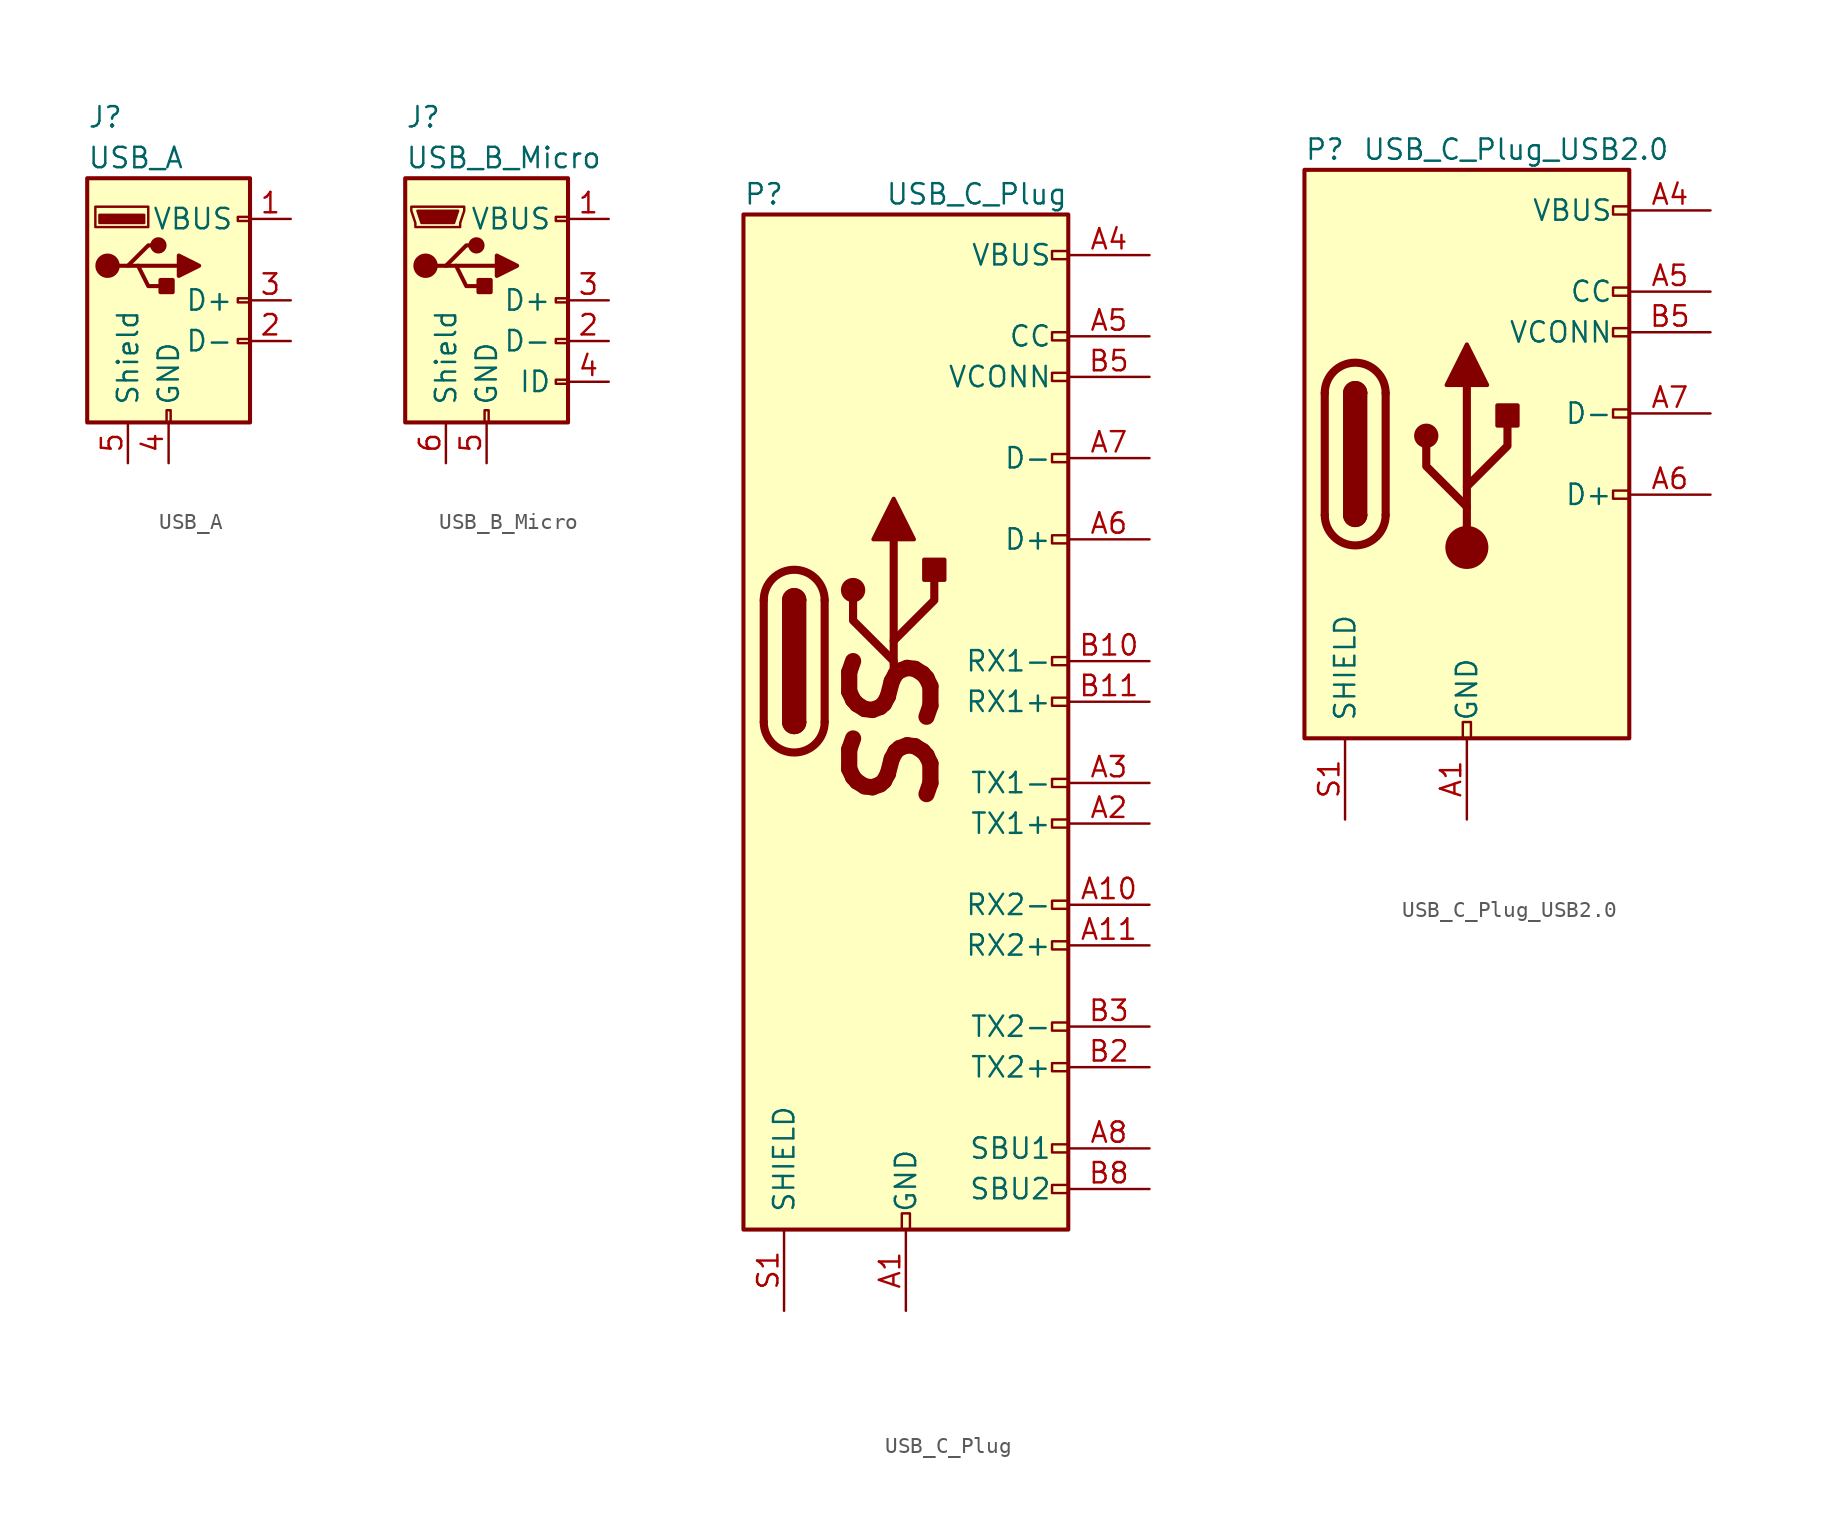
<source format=kicad_sym>
(kicad_symbol_lib
  (version 20201005)
  (generator kicad_symbol_editor)
  (symbol "USB_A"
    (pin_names
      (offset 1.016))
    (property "Reference" "J"
      (at -5.08 11.43 0)
      (effects (font (size 1.27 1.27)) (justify left)))
    (property "Value" "USB_A"
      (at -5.08 8.89 0)
      (effects (font (size 1.27 1.27)) (justify left)))
    (symbol "USB_A_0_1"
      (circle (center -3.81 2.159) (radius 0.635) (stroke (width 0.254)) (fill (type outline)))
      (circle (center -0.635 3.429) (radius 0.381) (stroke (width 0.254)) (fill (type outline)))
      (rectangle (start -5.08 -7.62) (end 5.08 7.62) (stroke (width 0.254)) (fill (type background)))
      (rectangle (start -1.524 4.826) (end -4.318 5.334) (stroke (width 0)) (fill (type outline)))
      (rectangle (start -1.27 4.572) (end -4.572 5.842) (stroke (width 0)) (fill (type none)))
      (rectangle (start -0.127 -7.62) (end 0.127 -6.858) (stroke (width 0)) (fill (type none)))
      (rectangle (start 0.254 1.27) (end -0.508 0.508) (stroke (width 0.254)) (fill (type outline)))
      (rectangle (start 5.08 -2.667) (end 4.318 -2.413) (stroke (width 0)) (fill (type none)))
      (rectangle (start 5.08 -0.127) (end 4.318 0.127) (stroke (width 0)) (fill (type none)))
      (rectangle (start 5.08 4.953) (end 4.318 5.207) (stroke (width 0)) (fill (type none)))
      (polyline (pts (xy -3.175 2.159) (xy -2.54 2.159) (xy -1.27 3.429) (xy -0.635 3.429)) (stroke (width 0.254)) (fill (type none)))
      (polyline (pts (xy -2.54 2.159) (xy -1.905 2.159) (xy -1.27 0.889) (xy 0 0.889)) (stroke (width 0.254)) (fill (type none)))
      (polyline (pts (xy 0.635 2.794) (xy 0.635 1.524) (xy 1.905 2.159) (xy 0.635 2.794)) (stroke (width 0.254)) (fill (type outline))))
    (symbol "USB_A_1_1"
      (polyline (pts (xy -1.905 2.159) (xy 0.635 2.159)) (stroke (width 0.254)) (fill (type none)))
      (pin power_in line (at 7.62 5.08 180) (length 2.54) (name "VBUS" (effects (font (size 1.27 1.27)))) (number "1" (effects (font (size 1.27 1.27)))))
      (pin passive line (at 7.62 -2.54 180) (length 2.54) (name "D-" (effects (font (size 1.27 1.27)))) (number "2" (effects (font (size 1.27 1.27)))))
      (pin passive line (at 7.62 0 180) (length 2.54) (name "D+" (effects (font (size 1.27 1.27)))) (number "3" (effects (font (size 1.27 1.27)))))
      (pin power_in line (at 0 -10.16 90) (length 2.54) (name "GND" (effects (font (size 1.27 1.27)))) (number "4" (effects (font (size 1.27 1.27)))))
      (pin passive line (at -2.54 -10.16 90) (length 2.54) (name "Shield" (effects (font (size 1.27 1.27)))) (number "5" (effects (font (size 1.27 1.27)))))))
  (symbol "USB_B_Micro"
    (pin_names
      (offset 1.016))
    (property "Reference" "J"
      (at -5.08 11.43 0)
      (effects (font (size 1.27 1.27)) (justify left)))
    (property "Value" "USB_B_Micro"
      (at -5.08 8.89 0)
      (effects (font (size 1.27 1.27)) (justify left)))
    (symbol "USB_B_Micro_0_1"
      (circle (center -3.81 2.159) (radius 0.635) (stroke (width 0.254)) (fill (type outline)))
      (circle (center -0.635 3.429) (radius 0.381) (stroke (width 0.254)) (fill (type outline)))
      (rectangle (start -5.08 -7.62) (end 5.08 7.62) (stroke (width 0.254)) (fill (type background)))
      (rectangle (start -0.127 -7.62) (end 0.127 -6.858) (stroke (width 0)) (fill (type none)))
      (rectangle (start 0.254 1.27) (end -0.508 0.508) (stroke (width 0.254)) (fill (type outline)))
      (rectangle (start 5.08 -5.207) (end 4.318 -4.953) (stroke (width 0)) (fill (type none)))
      (rectangle (start 5.08 -2.667) (end 4.318 -2.413) (stroke (width 0)) (fill (type none)))
      (rectangle (start 5.08 -0.127) (end 4.318 0.127) (stroke (width 0)) (fill (type none)))
      (rectangle (start 5.08 4.953) (end 4.318 5.207) (stroke (width 0)) (fill (type none)))
      (polyline (pts (xy -1.905 2.159) (xy 0.635 2.159)) (stroke (width 0.254)) (fill (type none)))
      (polyline (pts (xy -3.175 2.159) (xy -2.54 2.159) (xy -1.27 3.429) (xy -0.635 3.429)) (stroke (width 0.254)) (fill (type none)))
      (polyline (pts (xy -2.54 2.159) (xy -1.905 2.159) (xy -1.27 0.889) (xy 0 0.889)) (stroke (width 0.254)) (fill (type none)))
      (polyline (pts (xy 0.635 2.794) (xy 0.635 1.524) (xy 1.905 2.159) (xy 0.635 2.794)) (stroke (width 0.254)) (fill (type outline)))
      (polyline (pts (xy -4.318 5.588) (xy -1.778 5.588) (xy -2.032 4.826) (xy -4.064 4.826) (xy -4.318 5.588)) (stroke (width 0)) (fill (type outline)))
      (polyline (pts (xy -4.699 5.842) (xy -4.699 5.588) (xy -4.445 4.826) (xy -4.445 4.572) (xy -1.651 4.572) (xy -1.651 4.826) (xy -1.397 5.588) (xy -1.397 5.842) (xy -4.699 5.842)) (stroke (width 0)) (fill (type none))))
    (symbol "USB_B_Micro_1_1"
      (pin power_out line (at 7.62 5.08 180) (length 2.54) (name "VBUS" (effects (font (size 1.27 1.27)))) (number "1" (effects (font (size 1.27 1.27)))))
      (pin passive line (at 7.62 -2.54 180) (length 2.54) (name "D-" (effects (font (size 1.27 1.27)))) (number "2" (effects (font (size 1.27 1.27)))))
      (pin passive line (at 7.62 0 180) (length 2.54) (name "D+" (effects (font (size 1.27 1.27)))) (number "3" (effects (font (size 1.27 1.27)))))
      (pin passive line (at 7.62 -5.08 180) (length 2.54) (name "ID" (effects (font (size 1.27 1.27)))) (number "4" (effects (font (size 1.27 1.27)))))
      (pin power_out line (at 0 -10.16 90) (length 2.54) (name "GND" (effects (font (size 1.27 1.27)))) (number "5" (effects (font (size 1.27 1.27)))))
      (pin passive line (at -2.54 -10.16 90) (length 2.54) (name "Shield" (effects (font (size 1.27 1.27)))) (number "6" (effects (font (size 1.27 1.27)))))))
  (symbol "USB_C_Plug"
    (pin_names
      (offset 1.016))
    (property "Reference" "P"
      (at -10.16 29.21 0)
      (effects (font (size 1.27 1.27)) (justify left)))
    (property "Value" "USB_C_Plug"
      (at 10.16 29.21 0)
      (effects (font (size 1.27 1.27)) (justify right)))
    (symbol "USB_C_Plug_0_0"
      (text "SS" (at -0.762 -4.445 900) (effects (font (size 5.08 5.08) bold italic)))
      (rectangle (start -0.254 -35.56) (end 0.254 -34.544) (stroke (width 0)) (fill (type none)))
      (rectangle (start 10.16 -32.766) (end 9.144 -33.274) (stroke (width 0)) (fill (type none)))
      (rectangle (start 10.16 -30.226) (end 9.144 -30.734) (stroke (width 0)) (fill (type none)))
      (rectangle (start 10.16 -25.146) (end 9.144 -25.654) (stroke (width 0)) (fill (type none)))
      (rectangle (start 10.16 -22.606) (end 9.144 -23.114) (stroke (width 0)) (fill (type none)))
      (rectangle (start 10.16 -17.526) (end 9.144 -18.034) (stroke (width 0)) (fill (type none)))
      (rectangle (start 10.16 -14.986) (end 9.144 -15.494) (stroke (width 0)) (fill (type none)))
      (rectangle (start 10.16 -9.906) (end 9.144 -10.414) (stroke (width 0)) (fill (type none)))
      (rectangle (start 10.16 -7.366) (end 9.144 -7.874) (stroke (width 0)) (fill (type none)))
      (rectangle (start 10.16 -2.286) (end 9.144 -2.794) (stroke (width 0)) (fill (type none)))
      (rectangle (start 10.16 0.254) (end 9.144 -0.254) (stroke (width 0)) (fill (type none)))
      (rectangle (start 10.16 7.874) (end 9.144 7.366) (stroke (width 0)) (fill (type none)))
      (rectangle (start 10.16 12.954) (end 9.144 12.446) (stroke (width 0)) (fill (type none)))
      (rectangle (start 10.16 18.034) (end 9.144 17.526) (stroke (width 0)) (fill (type none)))
      (rectangle (start 10.16 20.574) (end 9.144 20.066) (stroke (width 0)) (fill (type none)))
      (rectangle (start 10.16 25.654) (end 9.144 25.146) (stroke (width 0)) (fill (type none))))
    (symbol "USB_C_Plug_0_1"
      (arc (start -7.62 -3.81) (end -6.35 -3.81) (radius (at -6.985 -3.81) (length 0.635) (angles -179.9 -0.1)) (stroke (width 0.254)) (fill (type outline)))
      (arc (start -8.89 -3.81) (end -5.08 -3.81) (radius (at -6.985 -3.81) (length 1.905) (angles -179.9 -0.1)) (stroke (width 0.508)) (fill (type none)))
      (arc (start -7.62 -3.81) (end -6.35 -3.81) (radius (at -6.985 -3.81) (length 0.635) (angles -179.9 -0.1)) (stroke (width 0.254)) (fill (type none)))
      (arc (start -5.08 3.81) (end -8.89 3.81) (radius (at -6.985 3.81) (length 1.905) (angles 0.1 179.9)) (stroke (width 0.508)) (fill (type none)))
      (arc (start -6.35 3.81) (end -7.62 3.81) (radius (at -6.985 3.81) (length 0.635) (angles 0.1 179.9)) (stroke (width 0.254)) (fill (type outline)))
      (arc (start -6.35 3.81) (end -7.62 3.81) (radius (at -6.985 3.81) (length 0.635) (angles 0.1 179.9)) (stroke (width 0.254)) (fill (type none)))
      (circle (center -3.302 4.445) (radius 0.635) (stroke (width 0.254)) (fill (type outline)))
      (rectangle (start -10.16 27.94) (end 10.16 -35.56) (stroke (width 0.254)) (fill (type background)))
      (rectangle (start -7.62 -3.81) (end -6.35 3.81) (stroke (width 0.254)) (fill (type outline)))
      (rectangle (start 1.143 5.08) (end 2.413 6.35) (stroke (width 0.254)) (fill (type outline)))
      (polyline (pts (xy -8.89 -3.81) (xy -8.89 3.81)) (stroke (width 0.508)) (fill (type none)))
      (polyline (pts (xy -5.08 3.81) (xy -5.08 -3.81)) (stroke (width 0.508)) (fill (type none)))
      (polyline (pts (xy -0.762 -1.27) (xy -0.762 7.62)) (stroke (width 0.508)) (fill (type none)))
      (polyline (pts (xy -0.762 0) (xy -3.302 2.54) (xy -3.302 3.81)) (stroke (width 0.508)) (fill (type none)))
      (polyline (pts (xy -0.762 1.27) (xy 1.778 3.81) (xy 1.778 5.08)) (stroke (width 0.508)) (fill (type none)))
      (polyline (pts (xy -2.032 7.62) (xy -0.762 10.16) (xy 0.508 7.62) (xy -2.032 7.62)) (stroke (width 0.254)) (fill (type outline))))
    (symbol "USB_C_Plug_1_1"
      (pin power_in line (at 0 -40.64 90) (length 5.08) (name "GND" (effects (font (size 1.27 1.27)))) (number "A1" (effects (font (size 1.27 1.27)))))
      (pin bidirectional line (at 15.24 -15.24 180) (length 5.08) (name "RX2-" (effects (font (size 1.27 1.27)))) (number "A10" (effects (font (size 1.27 1.27)))))
      (pin bidirectional line (at 15.24 -17.78 180) (length 5.08) (name "RX2+" (effects (font (size 1.27 1.27)))) (number "A11" (effects (font (size 1.27 1.27)))))
      (pin passive line (at 0 -40.64 90) (length 5.08) hide (name "GND" (effects (font (size 1.27 1.27)))) (number "A12" (effects (font (size 1.27 1.27)))))
      (pin bidirectional line (at 15.24 -10.16 180) (length 5.08) (name "TX1+" (effects (font (size 1.27 1.27)))) (number "A2" (effects (font (size 1.27 1.27)))))
      (pin bidirectional line (at 15.24 -7.62 180) (length 5.08) (name "TX1-" (effects (font (size 1.27 1.27)))) (number "A3" (effects (font (size 1.27 1.27)))))
      (pin power_in line (at 15.24 25.4 180) (length 5.08) (name "VBUS" (effects (font (size 1.27 1.27)))) (number "A4" (effects (font (size 1.27 1.27)))))
      (pin bidirectional line (at 15.24 20.32 180) (length 5.08) (name "CC" (effects (font (size 1.27 1.27)))) (number "A5" (effects (font (size 1.27 1.27)))))
      (pin bidirectional line (at 15.24 7.62 180) (length 5.08) (name "D+" (effects (font (size 1.27 1.27)))) (number "A6" (effects (font (size 1.27 1.27)))))
      (pin bidirectional line (at 15.24 12.7 180) (length 5.08) (name "D-" (effects (font (size 1.27 1.27)))) (number "A7" (effects (font (size 1.27 1.27)))))
      (pin bidirectional line (at 15.24 -30.48 180) (length 5.08) (name "SBU1" (effects (font (size 1.27 1.27)))) (number "A8" (effects (font (size 1.27 1.27)))))
      (pin passive line (at 15.24 25.4 180) (length 5.08) hide (name "VBUS" (effects (font (size 1.27 1.27)))) (number "A9" (effects (font (size 1.27 1.27)))))
      (pin passive line (at 0 -40.64 90) (length 5.08) hide (name "GND" (effects (font (size 1.27 1.27)))) (number "B1" (effects (font (size 1.27 1.27)))))
      (pin bidirectional line (at 15.24 0 180) (length 5.08) (name "RX1-" (effects (font (size 1.27 1.27)))) (number "B10" (effects (font (size 1.27 1.27)))))
      (pin bidirectional line (at 15.24 -2.54 180) (length 5.08) (name "RX1+" (effects (font (size 1.27 1.27)))) (number "B11" (effects (font (size 1.27 1.27)))))
      (pin passive line (at 0 -40.64 90) (length 5.08) hide (name "GND" (effects (font (size 1.27 1.27)))) (number "B12" (effects (font (size 1.27 1.27)))))
      (pin bidirectional line (at 15.24 -25.4 180) (length 5.08) (name "TX2+" (effects (font (size 1.27 1.27)))) (number "B2" (effects (font (size 1.27 1.27)))))
      (pin bidirectional line (at 15.24 -22.86 180) (length 5.08) (name "TX2-" (effects (font (size 1.27 1.27)))) (number "B3" (effects (font (size 1.27 1.27)))))
      (pin passive line (at 15.24 25.4 180) (length 5.08) hide (name "VBUS" (effects (font (size 1.27 1.27)))) (number "B4" (effects (font (size 1.27 1.27)))))
      (pin bidirectional line (at 15.24 17.78 180) (length 5.08) (name "VCONN" (effects (font (size 1.27 1.27)))) (number "B5" (effects (font (size 1.27 1.27)))))
      (pin bidirectional line (at 15.24 -33.02 180) (length 5.08) (name "SBU2" (effects (font (size 1.27 1.27)))) (number "B8" (effects (font (size 1.27 1.27)))))
      (pin passive line (at 15.24 25.4 180) (length 5.08) hide (name "VBUS" (effects (font (size 1.27 1.27)))) (number "B9" (effects (font (size 1.27 1.27)))))
      (pin passive line (at -7.62 -40.64 90) (length 5.08) (name "SHIELD" (effects (font (size 1.27 1.27)))) (number "S1" (effects (font (size 1.27 1.27)))))))
  (symbol "USB_C_Plug_USB2.0"
    (pin_names
      (offset 1.016))
    (property "Reference" "P"
      (at -10.16 19.05 0)
      (effects (font (size 1.27 1.27)) (justify left)))
    (property "Value" "USB_C_Plug_USB2.0"
      (at 12.7 19.05 0)
      (effects (font (size 1.27 1.27)) (justify right)))
    (symbol "USB_C_Plug_USB2.0_0_0"
      (rectangle (start -0.254 -17.78) (end 0.254 -16.764) (stroke (width 0)) (fill (type none)))
      (rectangle (start 10.16 -2.286) (end 9.144 -2.794) (stroke (width 0)) (fill (type none)))
      (rectangle (start 10.16 2.794) (end 9.144 2.286) (stroke (width 0)) (fill (type none)))
      (rectangle (start 10.16 7.874) (end 9.144 7.366) (stroke (width 0)) (fill (type none)))
      (rectangle (start 10.16 10.414) (end 9.144 9.906) (stroke (width 0)) (fill (type none)))
      (rectangle (start 10.16 15.494) (end 9.144 14.986) (stroke (width 0)) (fill (type none))))
    (symbol "USB_C_Plug_USB2.0_0_1"
      (arc (start -8.89 -3.81) (end -5.08 -3.81) (radius (at -6.985 -3.81) (length 1.905) (angles -179.9 -0.1)) (stroke (width 0.508)) (fill (type none)))
      (arc (start -7.62 -3.81) (end -6.35 -3.81) (radius (at -6.985 -3.81) (length 0.635) (angles -179.9 -0.1)) (stroke (width 0.254)) (fill (type none)))
      (arc (start -7.62 -3.81) (end -6.35 -3.81) (radius (at -6.985 -3.81) (length 0.635) (angles -179.9 -0.1)) (stroke (width 0.254)) (fill (type outline)))
      (arc (start -6.35 3.81) (end -7.62 3.81) (radius (at -6.985 3.81) (length 0.635) (angles 0.1 179.9)) (stroke (width 0.254)) (fill (type outline)))
      (arc (start -6.35 3.81) (end -7.62 3.81) (radius (at -6.985 3.81) (length 0.635) (angles 0.1 179.9)) (stroke (width 0.254)) (fill (type none)))
      (arc (start -5.08 3.81) (end -8.89 3.81) (radius (at -6.985 3.81) (length 1.905) (angles 0.1 179.9)) (stroke (width 0.508)) (fill (type none)))
      (circle (center -2.54 1.143) (radius 0.635) (stroke (width 0.254)) (fill (type outline)))
      (circle (center 0 -5.842) (radius 1.27) (stroke (width 0)) (fill (type outline)))
      (rectangle (start -10.16 17.78) (end 10.16 -17.78) (stroke (width 0.254)) (fill (type background)))
      (rectangle (start -7.62 -3.81) (end -6.35 3.81) (stroke (width 0.254)) (fill (type outline)))
      (rectangle (start 1.905 1.778) (end 3.175 3.048) (stroke (width 0.254)) (fill (type outline)))
      (polyline (pts (xy -8.89 -3.81) (xy -8.89 3.81)) (stroke (width 0.508)) (fill (type none)))
      (polyline (pts (xy -5.08 3.81) (xy -5.08 -3.81)) (stroke (width 0.508)) (fill (type none)))
      (polyline (pts (xy 0 -5.842) (xy 0 4.318)) (stroke (width 0.508)) (fill (type none)))
      (polyline (pts (xy 0 -3.302) (xy -2.54 -0.762) (xy -2.54 0.508)) (stroke (width 0.508)) (fill (type none)))
      (polyline (pts (xy 0 -2.032) (xy 2.54 0.508) (xy 2.54 1.778)) (stroke (width 0.508)) (fill (type none)))
      (polyline (pts (xy -1.27 4.318) (xy 0 6.858) (xy 1.27 4.318) (xy -1.27 4.318)) (stroke (width 0.254)) (fill (type outline))))
    (symbol "USB_C_Plug_USB2.0_1_1"
      (pin power_in line (at 0 -22.86 90) (length 5.08) (name "GND" (effects (font (size 1.27 1.27)))) (number "A1" (effects (font (size 1.27 1.27)))))
      (pin passive line (at 0 -22.86 90) (length 5.08) hide (name "GND" (effects (font (size 1.27 1.27)))) (number "A12" (effects (font (size 1.27 1.27)))))
      (pin power_in line (at 15.24 15.24 180) (length 5.08) (name "VBUS" (effects (font (size 1.27 1.27)))) (number "A4" (effects (font (size 1.27 1.27)))))
      (pin bidirectional line (at 15.24 10.16 180) (length 5.08) (name "CC" (effects (font (size 1.27 1.27)))) (number "A5" (effects (font (size 1.27 1.27)))))
      (pin bidirectional line (at 15.24 -2.54 180) (length 5.08) (name "D+" (effects (font (size 1.27 1.27)))) (number "A6" (effects (font (size 1.27 1.27)))))
      (pin bidirectional line (at 15.24 2.54 180) (length 5.08) (name "D-" (effects (font (size 1.27 1.27)))) (number "A7" (effects (font (size 1.27 1.27)))))
      (pin passive line (at 15.24 15.24 180) (length 5.08) hide (name "VBUS" (effects (font (size 1.27 1.27)))) (number "A9" (effects (font (size 1.27 1.27)))))
      (pin passive line (at 0 -22.86 90) (length 5.08) hide (name "GND" (effects (font (size 1.27 1.27)))) (number "B1" (effects (font (size 1.27 1.27)))))
      (pin passive line (at 0 -22.86 90) (length 5.08) hide (name "GND" (effects (font (size 1.27 1.27)))) (number "B12" (effects (font (size 1.27 1.27)))))
      (pin passive line (at 15.24 15.24 180) (length 5.08) hide (name "VBUS" (effects (font (size 1.27 1.27)))) (number "B4" (effects (font (size 1.27 1.27)))))
      (pin bidirectional line (at 15.24 7.62 180) (length 5.08) (name "VCONN" (effects (font (size 1.27 1.27)))) (number "B5" (effects (font (size 1.27 1.27)))))
      (pin passive line (at 15.24 15.24 180) (length 5.08) hide (name "VBUS" (effects (font (size 1.27 1.27)))) (number "B9" (effects (font (size 1.27 1.27)))))
      (pin passive line (at -7.62 -22.86 90) (length 5.08) (name "SHIELD" (effects (font (size 1.27 1.27)))) (number "S1" (effects (font (size 1.27 1.27))))))))
</source>
